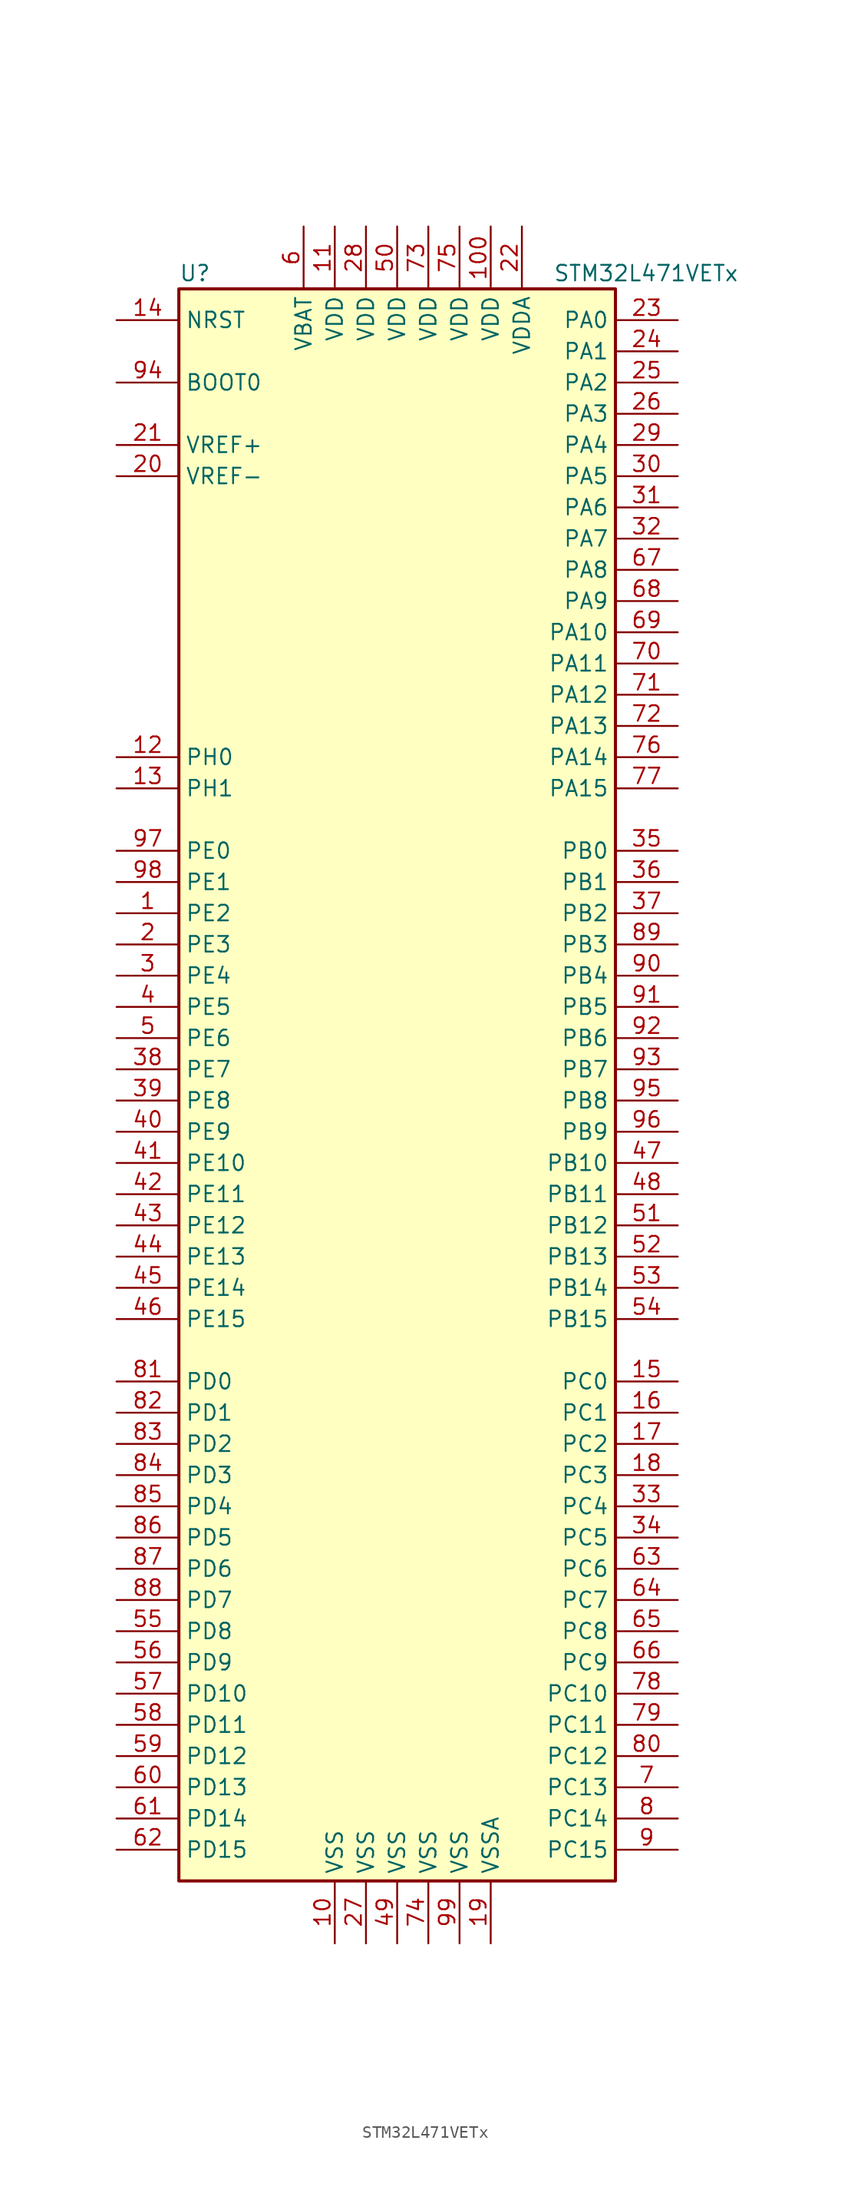
<source format=kicad_sym>
(kicad_symbol_lib
  (version 20201005)
  (generator kicad_symbol_editor)
  (symbol "MCU_ST_STM32L4:STM32L471VETx"
    (property "Reference" "U"
      (at -17.78 64.77 0)
      (effects (font (size 1.27 1.27)) (justify left)))
    (property "Value" "STM32L471VETx"
      (at 12.7 64.77 0)
      (effects (font (size 1.27 1.27)) (justify left)))
    (symbol "STM32L471VETx_0_1"
      (rectangle (start -17.78 -66.04) (end 17.78 63.5) (stroke (width 0.254)) (fill (type background))))
    (symbol "STM32L471VETx_1_1"
      (pin bidirectional line (at -22.86 12.7 0) (length 5.08) (name "PE2" (effects (font (size 1.27 1.27)))) (number "1" (effects (font (size 1.27 1.27)))))
      (pin power_in line (at -5.08 -71.12 90) (length 5.08) (name "VSS" (effects (font (size 1.27 1.27)))) (number "10" (effects (font (size 1.27 1.27)))))
      (pin power_in line (at 7.62 68.58 270) (length 5.08) (name "VDD" (effects (font (size 1.27 1.27)))) (number "100" (effects (font (size 1.27 1.27)))))
      (pin power_in line (at -5.08 68.58 270) (length 5.08) (name "VDD" (effects (font (size 1.27 1.27)))) (number "11" (effects (font (size 1.27 1.27)))))
      (pin input line (at -22.86 25.4 0) (length 5.08) (name "PH0" (effects (font (size 1.27 1.27)))) (number "12" (effects (font (size 1.27 1.27)))))
      (pin input line (at -22.86 22.86 0) (length 5.08) (name "PH1" (effects (font (size 1.27 1.27)))) (number "13" (effects (font (size 1.27 1.27)))))
      (pin input line (at -22.86 60.96 0) (length 5.08) (name "NRST" (effects (font (size 1.27 1.27)))) (number "14" (effects (font (size 1.27 1.27)))))
      (pin bidirectional line (at 22.86 -25.4 180) (length 5.08) (name "PC0" (effects (font (size 1.27 1.27)))) (number "15" (effects (font (size 1.27 1.27)))))
      (pin bidirectional line (at 22.86 -27.94 180) (length 5.08) (name "PC1" (effects (font (size 1.27 1.27)))) (number "16" (effects (font (size 1.27 1.27)))))
      (pin bidirectional line (at 22.86 -30.48 180) (length 5.08) (name "PC2" (effects (font (size 1.27 1.27)))) (number "17" (effects (font (size 1.27 1.27)))))
      (pin bidirectional line (at 22.86 -33.02 180) (length 5.08) (name "PC3" (effects (font (size 1.27 1.27)))) (number "18" (effects (font (size 1.27 1.27)))))
      (pin power_in line (at 7.62 -71.12 90) (length 5.08) (name "VSSA" (effects (font (size 1.27 1.27)))) (number "19" (effects (font (size 1.27 1.27)))))
      (pin bidirectional line (at -22.86 10.16 0) (length 5.08) (name "PE3" (effects (font (size 1.27 1.27)))) (number "2" (effects (font (size 1.27 1.27)))))
      (pin power_in line (at -22.86 48.26 0) (length 5.08) (name "VREF-" (effects (font (size 1.27 1.27)))) (number "20" (effects (font (size 1.27 1.27)))))
      (pin bidirectional line (at -22.86 50.8 0) (length 5.08) (name "VREF+" (effects (font (size 1.27 1.27)))) (number "21" (effects (font (size 1.27 1.27)))))
      (pin power_in line (at 10.16 68.58 270) (length 5.08) (name "VDDA" (effects (font (size 1.27 1.27)))) (number "22" (effects (font (size 1.27 1.27)))))
      (pin bidirectional line (at 22.86 60.96 180) (length 5.08) (name "PA0" (effects (font (size 1.27 1.27)))) (number "23" (effects (font (size 1.27 1.27)))))
      (pin bidirectional line (at 22.86 58.42 180) (length 5.08) (name "PA1" (effects (font (size 1.27 1.27)))) (number "24" (effects (font (size 1.27 1.27)))))
      (pin bidirectional line (at 22.86 55.88 180) (length 5.08) (name "PA2" (effects (font (size 1.27 1.27)))) (number "25" (effects (font (size 1.27 1.27)))))
      (pin bidirectional line (at 22.86 53.34 180) (length 5.08) (name "PA3" (effects (font (size 1.27 1.27)))) (number "26" (effects (font (size 1.27 1.27)))))
      (pin power_in line (at -2.54 -71.12 90) (length 5.08) (name "VSS" (effects (font (size 1.27 1.27)))) (number "27" (effects (font (size 1.27 1.27)))))
      (pin power_in line (at -2.54 68.58 270) (length 5.08) (name "VDD" (effects (font (size 1.27 1.27)))) (number "28" (effects (font (size 1.27 1.27)))))
      (pin bidirectional line (at 22.86 50.8 180) (length 5.08) (name "PA4" (effects (font (size 1.27 1.27)))) (number "29" (effects (font (size 1.27 1.27)))))
      (pin bidirectional line (at -22.86 7.62 0) (length 5.08) (name "PE4" (effects (font (size 1.27 1.27)))) (number "3" (effects (font (size 1.27 1.27)))))
      (pin bidirectional line (at 22.86 48.26 180) (length 5.08) (name "PA5" (effects (font (size 1.27 1.27)))) (number "30" (effects (font (size 1.27 1.27)))))
      (pin bidirectional line (at 22.86 45.72 180) (length 5.08) (name "PA6" (effects (font (size 1.27 1.27)))) (number "31" (effects (font (size 1.27 1.27)))))
      (pin bidirectional line (at 22.86 43.18 180) (length 5.08) (name "PA7" (effects (font (size 1.27 1.27)))) (number "32" (effects (font (size 1.27 1.27)))))
      (pin bidirectional line (at 22.86 -35.56 180) (length 5.08) (name "PC4" (effects (font (size 1.27 1.27)))) (number "33" (effects (font (size 1.27 1.27)))))
      (pin bidirectional line (at 22.86 -38.1 180) (length 5.08) (name "PC5" (effects (font (size 1.27 1.27)))) (number "34" (effects (font (size 1.27 1.27)))))
      (pin bidirectional line (at 22.86 17.78 180) (length 5.08) (name "PB0" (effects (font (size 1.27 1.27)))) (number "35" (effects (font (size 1.27 1.27)))))
      (pin bidirectional line (at 22.86 15.24 180) (length 5.08) (name "PB1" (effects (font (size 1.27 1.27)))) (number "36" (effects (font (size 1.27 1.27)))))
      (pin bidirectional line (at 22.86 12.7 180) (length 5.08) (name "PB2" (effects (font (size 1.27 1.27)))) (number "37" (effects (font (size 1.27 1.27)))))
      (pin bidirectional line (at -22.86 0 0) (length 5.08) (name "PE7" (effects (font (size 1.27 1.27)))) (number "38" (effects (font (size 1.27 1.27)))))
      (pin bidirectional line (at -22.86 -2.54 0) (length 5.08) (name "PE8" (effects (font (size 1.27 1.27)))) (number "39" (effects (font (size 1.27 1.27)))))
      (pin bidirectional line (at -22.86 5.08 0) (length 5.08) (name "PE5" (effects (font (size 1.27 1.27)))) (number "4" (effects (font (size 1.27 1.27)))))
      (pin bidirectional line (at -22.86 -5.08 0) (length 5.08) (name "PE9" (effects (font (size 1.27 1.27)))) (number "40" (effects (font (size 1.27 1.27)))))
      (pin bidirectional line (at -22.86 -7.62 0) (length 5.08) (name "PE10" (effects (font (size 1.27 1.27)))) (number "41" (effects (font (size 1.27 1.27)))))
      (pin bidirectional line (at -22.86 -10.16 0) (length 5.08) (name "PE11" (effects (font (size 1.27 1.27)))) (number "42" (effects (font (size 1.27 1.27)))))
      (pin bidirectional line (at -22.86 -12.7 0) (length 5.08) (name "PE12" (effects (font (size 1.27 1.27)))) (number "43" (effects (font (size 1.27 1.27)))))
      (pin bidirectional line (at -22.86 -15.24 0) (length 5.08) (name "PE13" (effects (font (size 1.27 1.27)))) (number "44" (effects (font (size 1.27 1.27)))))
      (pin bidirectional line (at -22.86 -17.78 0) (length 5.08) (name "PE14" (effects (font (size 1.27 1.27)))) (number "45" (effects (font (size 1.27 1.27)))))
      (pin bidirectional line (at -22.86 -20.32 0) (length 5.08) (name "PE15" (effects (font (size 1.27 1.27)))) (number "46" (effects (font (size 1.27 1.27)))))
      (pin bidirectional line (at 22.86 -7.62 180) (length 5.08) (name "PB10" (effects (font (size 1.27 1.27)))) (number "47" (effects (font (size 1.27 1.27)))))
      (pin bidirectional line (at 22.86 -10.16 180) (length 5.08) (name "PB11" (effects (font (size 1.27 1.27)))) (number "48" (effects (font (size 1.27 1.27)))))
      (pin power_in line (at 0 -71.12 90) (length 5.08) (name "VSS" (effects (font (size 1.27 1.27)))) (number "49" (effects (font (size 1.27 1.27)))))
      (pin bidirectional line (at -22.86 2.54 0) (length 5.08) (name "PE6" (effects (font (size 1.27 1.27)))) (number "5" (effects (font (size 1.27 1.27)))))
      (pin power_in line (at 0 68.58 270) (length 5.08) (name "VDD" (effects (font (size 1.27 1.27)))) (number "50" (effects (font (size 1.27 1.27)))))
      (pin bidirectional line (at 22.86 -12.7 180) (length 5.08) (name "PB12" (effects (font (size 1.27 1.27)))) (number "51" (effects (font (size 1.27 1.27)))))
      (pin bidirectional line (at 22.86 -15.24 180) (length 5.08) (name "PB13" (effects (font (size 1.27 1.27)))) (number "52" (effects (font (size 1.27 1.27)))))
      (pin bidirectional line (at 22.86 -17.78 180) (length 5.08) (name "PB14" (effects (font (size 1.27 1.27)))) (number "53" (effects (font (size 1.27 1.27)))))
      (pin bidirectional line (at 22.86 -20.32 180) (length 5.08) (name "PB15" (effects (font (size 1.27 1.27)))) (number "54" (effects (font (size 1.27 1.27)))))
      (pin bidirectional line (at -22.86 -45.72 0) (length 5.08) (name "PD8" (effects (font (size 1.27 1.27)))) (number "55" (effects (font (size 1.27 1.27)))))
      (pin bidirectional line (at -22.86 -48.26 0) (length 5.08) (name "PD9" (effects (font (size 1.27 1.27)))) (number "56" (effects (font (size 1.27 1.27)))))
      (pin bidirectional line (at -22.86 -50.8 0) (length 5.08) (name "PD10" (effects (font (size 1.27 1.27)))) (number "57" (effects (font (size 1.27 1.27)))))
      (pin bidirectional line (at -22.86 -53.34 0) (length 5.08) (name "PD11" (effects (font (size 1.27 1.27)))) (number "58" (effects (font (size 1.27 1.27)))))
      (pin bidirectional line (at -22.86 -55.88 0) (length 5.08) (name "PD12" (effects (font (size 1.27 1.27)))) (number "59" (effects (font (size 1.27 1.27)))))
      (pin power_in line (at -7.62 68.58 270) (length 5.08) (name "VBAT" (effects (font (size 1.27 1.27)))) (number "6" (effects (font (size 1.27 1.27)))))
      (pin bidirectional line (at -22.86 -58.42 0) (length 5.08) (name "PD13" (effects (font (size 1.27 1.27)))) (number "60" (effects (font (size 1.27 1.27)))))
      (pin bidirectional line (at -22.86 -60.96 0) (length 5.08) (name "PD14" (effects (font (size 1.27 1.27)))) (number "61" (effects (font (size 1.27 1.27)))))
      (pin bidirectional line (at -22.86 -63.5 0) (length 5.08) (name "PD15" (effects (font (size 1.27 1.27)))) (number "62" (effects (font (size 1.27 1.27)))))
      (pin bidirectional line (at 22.86 -40.64 180) (length 5.08) (name "PC6" (effects (font (size 1.27 1.27)))) (number "63" (effects (font (size 1.27 1.27)))))
      (pin bidirectional line (at 22.86 -43.18 180) (length 5.08) (name "PC7" (effects (font (size 1.27 1.27)))) (number "64" (effects (font (size 1.27 1.27)))))
      (pin bidirectional line (at 22.86 -45.72 180) (length 5.08) (name "PC8" (effects (font (size 1.27 1.27)))) (number "65" (effects (font (size 1.27 1.27)))))
      (pin bidirectional line (at 22.86 -48.26 180) (length 5.08) (name "PC9" (effects (font (size 1.27 1.27)))) (number "66" (effects (font (size 1.27 1.27)))))
      (pin bidirectional line (at 22.86 40.64 180) (length 5.08) (name "PA8" (effects (font (size 1.27 1.27)))) (number "67" (effects (font (size 1.27 1.27)))))
      (pin bidirectional line (at 22.86 38.1 180) (length 5.08) (name "PA9" (effects (font (size 1.27 1.27)))) (number "68" (effects (font (size 1.27 1.27)))))
      (pin bidirectional line (at 22.86 35.56 180) (length 5.08) (name "PA10" (effects (font (size 1.27 1.27)))) (number "69" (effects (font (size 1.27 1.27)))))
      (pin bidirectional line (at 22.86 -58.42 180) (length 5.08) (name "PC13" (effects (font (size 1.27 1.27)))) (number "7" (effects (font (size 1.27 1.27)))))
      (pin bidirectional line (at 22.86 33.02 180) (length 5.08) (name "PA11" (effects (font (size 1.27 1.27)))) (number "70" (effects (font (size 1.27 1.27)))))
      (pin bidirectional line (at 22.86 30.48 180) (length 5.08) (name "PA12" (effects (font (size 1.27 1.27)))) (number "71" (effects (font (size 1.27 1.27)))))
      (pin bidirectional line (at 22.86 27.94 180) (length 5.08) (name "PA13" (effects (font (size 1.27 1.27)))) (number "72" (effects (font (size 1.27 1.27)))))
      (pin power_in line (at 2.54 68.58 270) (length 5.08) (name "VDD" (effects (font (size 1.27 1.27)))) (number "73" (effects (font (size 1.27 1.27)))))
      (pin power_in line (at 2.54 -71.12 90) (length 5.08) (name "VSS" (effects (font (size 1.27 1.27)))) (number "74" (effects (font (size 1.27 1.27)))))
      (pin power_in line (at 5.08 68.58 270) (length 5.08) (name "VDD" (effects (font (size 1.27 1.27)))) (number "75" (effects (font (size 1.27 1.27)))))
      (pin bidirectional line (at 22.86 25.4 180) (length 5.08) (name "PA14" (effects (font (size 1.27 1.27)))) (number "76" (effects (font (size 1.27 1.27)))))
      (pin bidirectional line (at 22.86 22.86 180) (length 5.08) (name "PA15" (effects (font (size 1.27 1.27)))) (number "77" (effects (font (size 1.27 1.27)))))
      (pin bidirectional line (at 22.86 -50.8 180) (length 5.08) (name "PC10" (effects (font (size 1.27 1.27)))) (number "78" (effects (font (size 1.27 1.27)))))
      (pin bidirectional line (at 22.86 -53.34 180) (length 5.08) (name "PC11" (effects (font (size 1.27 1.27)))) (number "79" (effects (font (size 1.27 1.27)))))
      (pin bidirectional line (at 22.86 -60.96 180) (length 5.08) (name "PC14" (effects (font (size 1.27 1.27)))) (number "8" (effects (font (size 1.27 1.27)))))
      (pin bidirectional line (at 22.86 -55.88 180) (length 5.08) (name "PC12" (effects (font (size 1.27 1.27)))) (number "80" (effects (font (size 1.27 1.27)))))
      (pin bidirectional line (at -22.86 -25.4 0) (length 5.08) (name "PD0" (effects (font (size 1.27 1.27)))) (number "81" (effects (font (size 1.27 1.27)))))
      (pin bidirectional line (at -22.86 -27.94 0) (length 5.08) (name "PD1" (effects (font (size 1.27 1.27)))) (number "82" (effects (font (size 1.27 1.27)))))
      (pin bidirectional line (at -22.86 -30.48 0) (length 5.08) (name "PD2" (effects (font (size 1.27 1.27)))) (number "83" (effects (font (size 1.27 1.27)))))
      (pin bidirectional line (at -22.86 -33.02 0) (length 5.08) (name "PD3" (effects (font (size 1.27 1.27)))) (number "84" (effects (font (size 1.27 1.27)))))
      (pin bidirectional line (at -22.86 -35.56 0) (length 5.08) (name "PD4" (effects (font (size 1.27 1.27)))) (number "85" (effects (font (size 1.27 1.27)))))
      (pin bidirectional line (at -22.86 -38.1 0) (length 5.08) (name "PD5" (effects (font (size 1.27 1.27)))) (number "86" (effects (font (size 1.27 1.27)))))
      (pin bidirectional line (at -22.86 -40.64 0) (length 5.08) (name "PD6" (effects (font (size 1.27 1.27)))) (number "87" (effects (font (size 1.27 1.27)))))
      (pin bidirectional line (at -22.86 -43.18 0) (length 5.08) (name "PD7" (effects (font (size 1.27 1.27)))) (number "88" (effects (font (size 1.27 1.27)))))
      (pin bidirectional line (at 22.86 10.16 180) (length 5.08) (name "PB3" (effects (font (size 1.27 1.27)))) (number "89" (effects (font (size 1.27 1.27)))))
      (pin bidirectional line (at 22.86 -63.5 180) (length 5.08) (name "PC15" (effects (font (size 1.27 1.27)))) (number "9" (effects (font (size 1.27 1.27)))))
      (pin bidirectional line (at 22.86 7.62 180) (length 5.08) (name "PB4" (effects (font (size 1.27 1.27)))) (number "90" (effects (font (size 1.27 1.27)))))
      (pin bidirectional line (at 22.86 5.08 180) (length 5.08) (name "PB5" (effects (font (size 1.27 1.27)))) (number "91" (effects (font (size 1.27 1.27)))))
      (pin bidirectional line (at 22.86 2.54 180) (length 5.08) (name "PB6" (effects (font (size 1.27 1.27)))) (number "92" (effects (font (size 1.27 1.27)))))
      (pin bidirectional line (at 22.86 0 180) (length 5.08) (name "PB7" (effects (font (size 1.27 1.27)))) (number "93" (effects (font (size 1.27 1.27)))))
      (pin input line (at -22.86 55.88 0) (length 5.08) (name "BOOT0" (effects (font (size 1.27 1.27)))) (number "94" (effects (font (size 1.27 1.27)))))
      (pin bidirectional line (at 22.86 -2.54 180) (length 5.08) (name "PB8" (effects (font (size 1.27 1.27)))) (number "95" (effects (font (size 1.27 1.27)))))
      (pin bidirectional line (at 22.86 -5.08 180) (length 5.08) (name "PB9" (effects (font (size 1.27 1.27)))) (number "96" (effects (font (size 1.27 1.27)))))
      (pin bidirectional line (at -22.86 17.78 0) (length 5.08) (name "PE0" (effects (font (size 1.27 1.27)))) (number "97" (effects (font (size 1.27 1.27)))))
      (pin bidirectional line (at -22.86 15.24 0) (length 5.08) (name "PE1" (effects (font (size 1.27 1.27)))) (number "98" (effects (font (size 1.27 1.27)))))
      (pin power_in line (at 5.08 -71.12 90) (length 5.08) (name "VSS" (effects (font (size 1.27 1.27)))) (number "99" (effects (font (size 1.27 1.27))))))))
</source>
